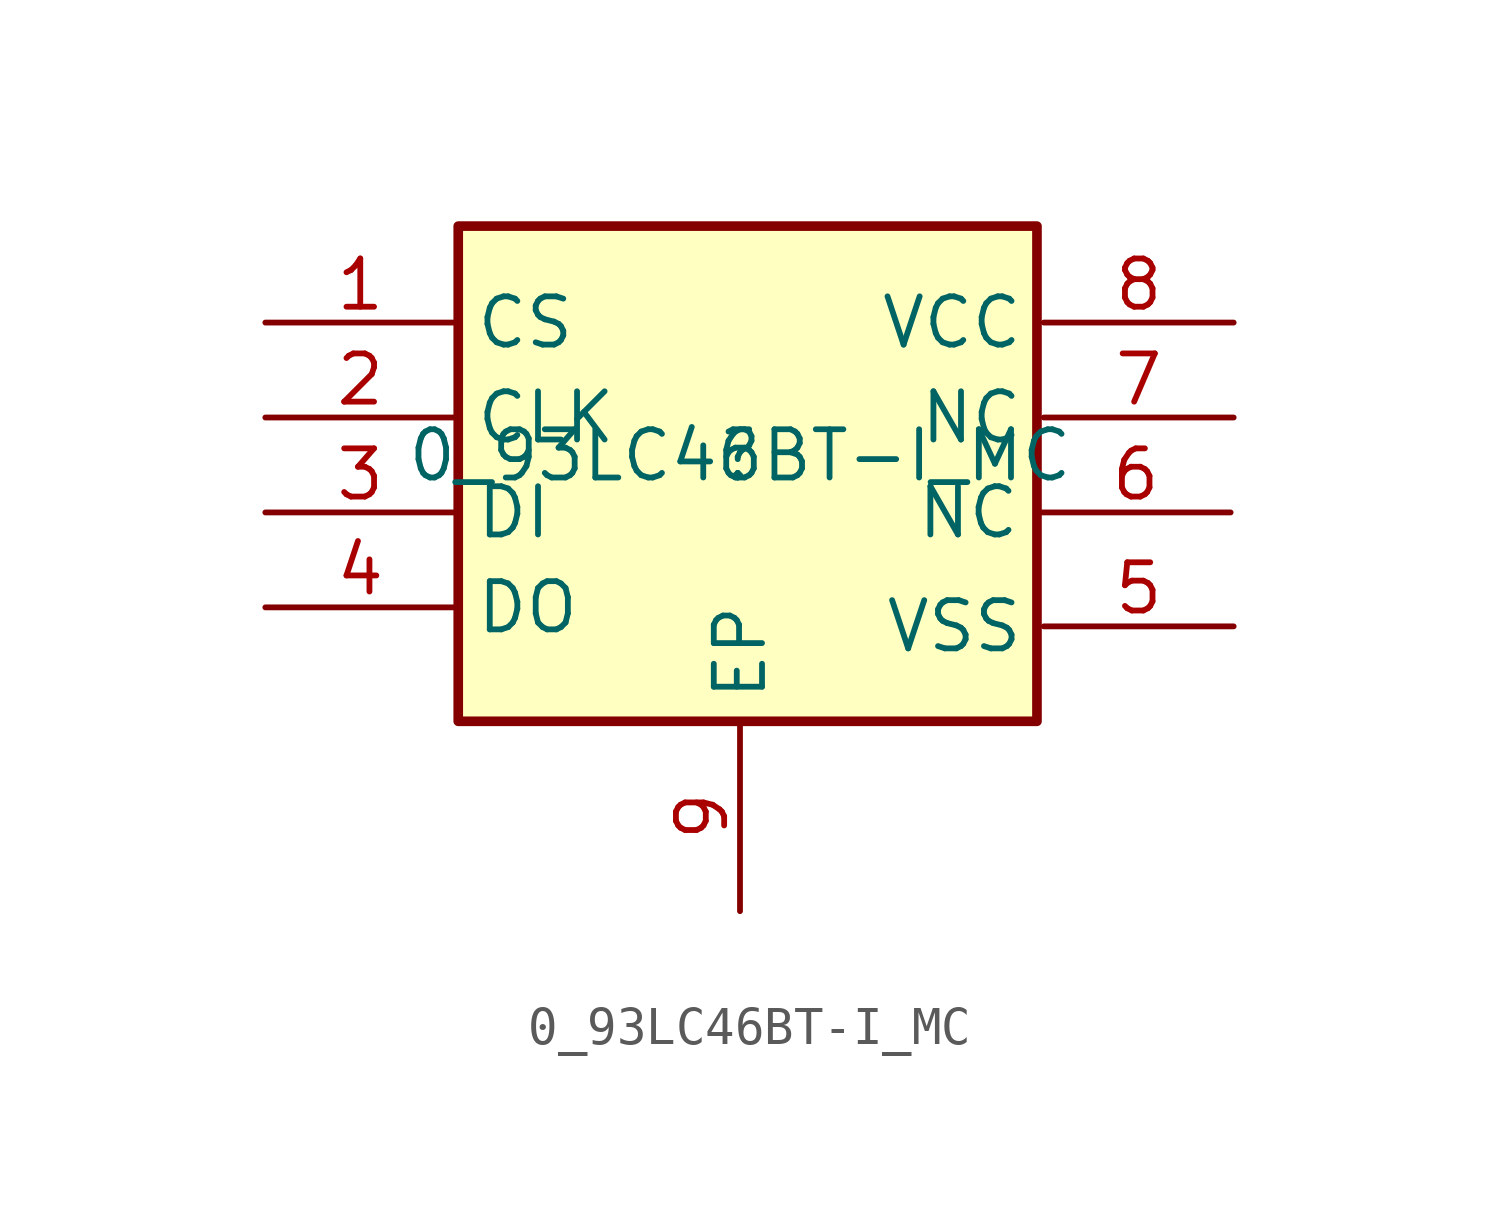
<source format=kicad_sym>
(kicad_symbol_lib
  (version 20210619)
  (generator kicad_symbol_editor)
  (symbol "e-verest-altium-import:0_93LC46BT-I_MC"
    (property "Reference" ""
      (at 0 0 0)
      (effects (font (size 1.27 1.27))))
    (property "Value" "0_93LC46BT-I_MC"
      (at 0 0 0)
      (effects (font (size 1.27 1.27))))
    (symbol "0_93LC46BT-I_MC_1_0"
      (rectangle (start 7.82 6.04) (end -7.42 -7) (stroke (width 0.254)) (fill (type background)))
      (pin power_in line (at 0 -12 90) (length 5) (name "EP" (effects (font (size 1.27 1.27)))) (number "9" (effects (font (size 1.27 1.27)))))
      (pin input line (at -12.5 3.5 0) (length 5) (name "CS" (effects (font (size 1.27 1.27)))) (number "1" (effects (font (size 1.27 1.27)))))
      (pin input line (at -12.5 1 0) (length 5) (name "CLK" (effects (font (size 1.27 1.27)))) (number "2" (effects (font (size 1.27 1.27)))))
      (pin input line (at -12.5 -1.5 0) (length 5) (name "DI" (effects (font (size 1.27 1.27)))) (number "3" (effects (font (size 1.27 1.27)))))
      (pin output line (at -12.5 -4 0) (length 5) (name "DO" (effects (font (size 1.27 1.27)))) (number "4" (effects (font (size 1.27 1.27)))))
      (pin power_in line (at 13 -4.5 180) (length 5) (name "VSS" (effects (font (size 1.27 1.27)))) (number "5" (effects (font (size 1.27 1.27)))))
      (pin passive line (at 12.92 -1.5 180) (length 5) (name "NC" (effects (font (size 1.27 1.27)))) (number "6" (effects (font (size 1.27 1.27)))))
      (pin passive line (at 13 1 180) (length 5) (name "NC" (effects (font (size 1.27 1.27)))) (number "7" (effects (font (size 1.27 1.27)))))
      (pin power_in line (at 13 3.5 180) (length 5) (name "VCC" (effects (font (size 1.27 1.27)))) (number "8" (effects (font (size 1.27 1.27))))))))
</source>
